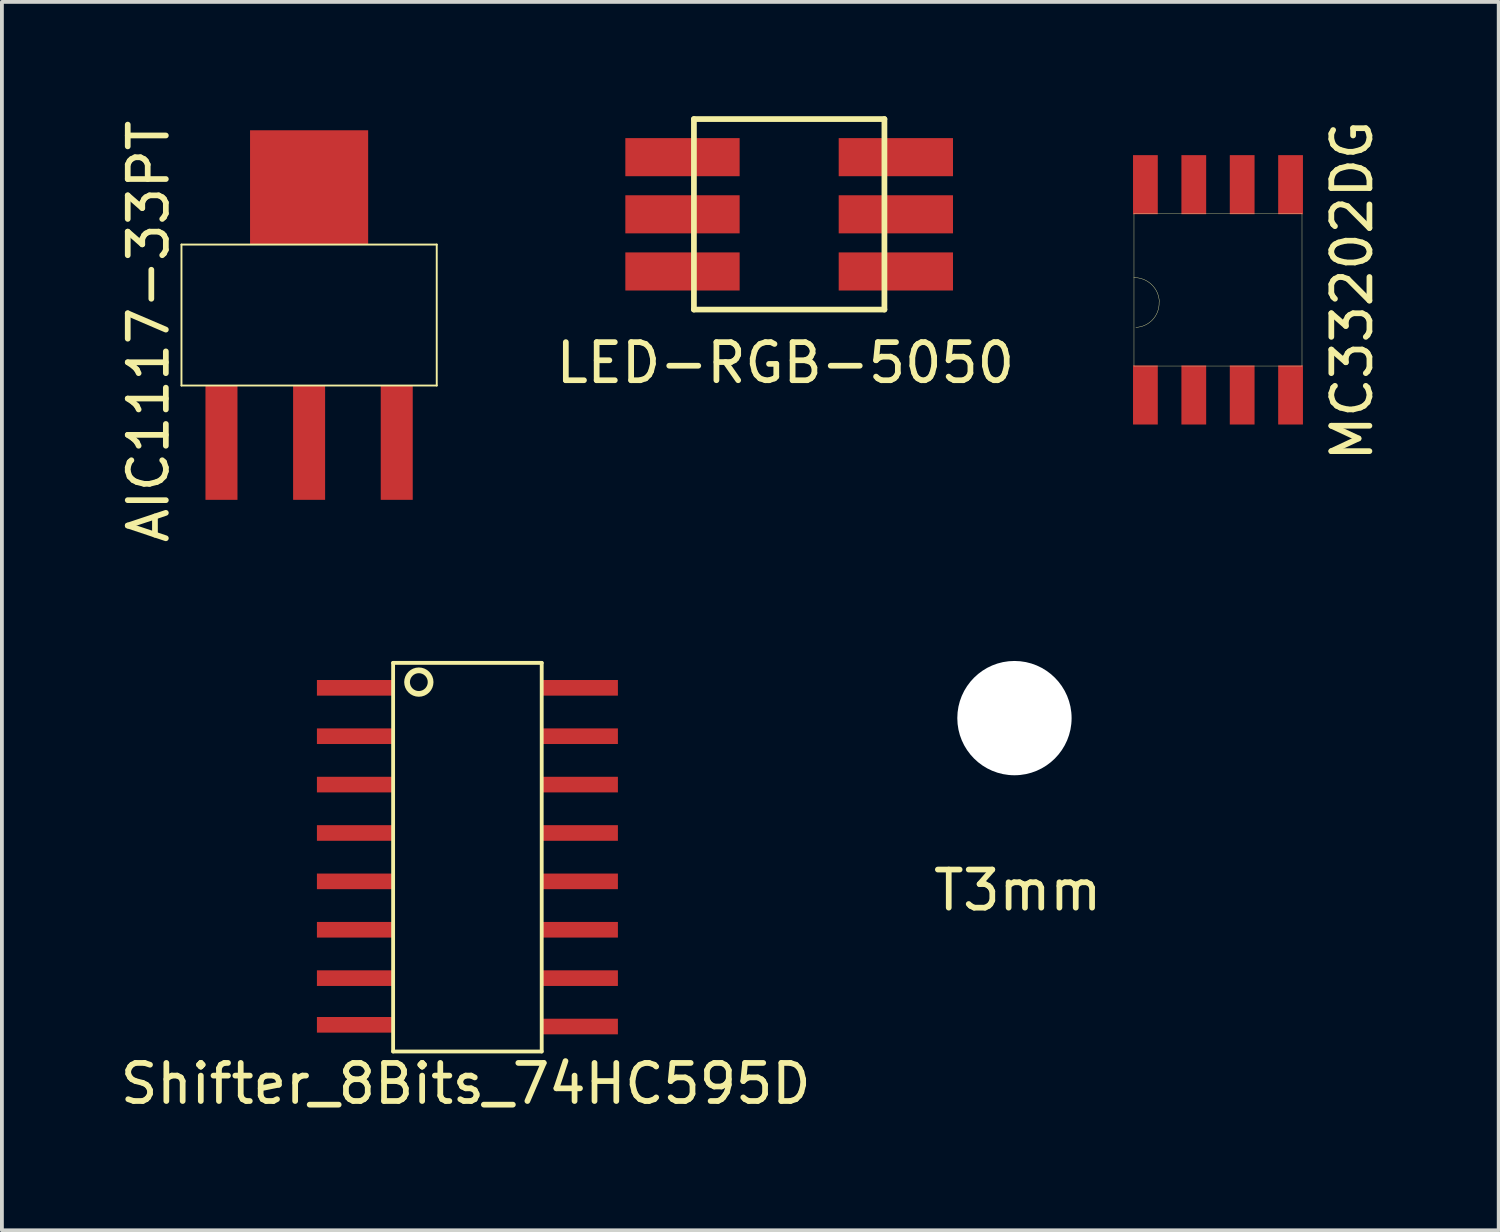
<source format=kicad_pcb>
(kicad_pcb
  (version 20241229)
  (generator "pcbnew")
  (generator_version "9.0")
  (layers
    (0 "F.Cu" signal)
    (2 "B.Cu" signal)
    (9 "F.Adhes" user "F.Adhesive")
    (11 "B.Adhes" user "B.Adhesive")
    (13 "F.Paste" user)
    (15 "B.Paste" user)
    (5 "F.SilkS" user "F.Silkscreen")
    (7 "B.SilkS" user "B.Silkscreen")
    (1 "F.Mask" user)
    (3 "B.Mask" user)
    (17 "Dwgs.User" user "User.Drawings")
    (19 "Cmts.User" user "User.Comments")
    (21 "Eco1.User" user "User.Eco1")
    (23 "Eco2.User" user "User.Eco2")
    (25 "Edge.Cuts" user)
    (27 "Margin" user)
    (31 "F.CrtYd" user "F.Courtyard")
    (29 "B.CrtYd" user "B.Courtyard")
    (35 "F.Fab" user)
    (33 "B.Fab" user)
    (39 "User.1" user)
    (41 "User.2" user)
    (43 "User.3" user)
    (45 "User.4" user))
  (footprint "AIC1117-33PT"
    (layer "F.Cu")
    (at 5.063 5.219)
    (property "Reference" "AIC1117-33PT" (at -4.215 0.43 90) (layer "F.SilkS") (effects (font (size 1 1) (thickness 0.15))))
    (attr through_hole)
    (fp_line (start -3.35 -1.85) (end -3.35 1.85) (stroke (width 0.05) (type solid)) (layer "F.SilkS"))
    (fp_line (start -3.35 -1.85) (end 3.35 -1.85) (stroke (width 0.05) (type solid)) (layer "F.SilkS"))
    (fp_line (start -3.35 1.85) (end 3.35 1.85) (stroke (width 0.05) (type solid)) (layer "F.SilkS"))
    (fp_line (start 3.35 -1.85) (end 3.35 1.85) (stroke (width 0.05) (type solid)) (layer "F.SilkS"))
    (pad "1" smd rect (at -2.3 3.35) (size 0.84 3) (layers "F.Cu" "F.Mask" "F.Paste"))
    (pad "2" smd rect (at 0 3.35) (size 0.84 3) (layers "F.Cu" "F.Mask" "F.Paste"))
    (pad "3" smd rect (at 2.3 3.35) (size 0.84 3) (layers "F.Cu" "F.Mask" "F.Paste"))
    (pad "4" smd rect (at 0 -3.35) (size 3.1 3) (layers "F.Cu" "F.Mask" "F.Paste")))
  (footprint "T3mm"
    (layer "F.Cu")
    (at 23.576 15.798)
    (property "Reference" "T3mm" (at 0.085 4.52 0) (layer "F.SilkS") (effects (font (size 1 1) (thickness 0.15))))
    (attr through_hole)
    (pad "" np_thru_hole circle (at 0 0) (size 3 3) (drill 3) (layers "*.Cu" "*.Mask")))
  (footprint "Shifter_8Bits_74HC595D"
    (layer "F.Cu")
    (at 6.743 15.003)
    (property "Reference" "Shifter_8Bits_74HC595D" (at 2.43 10.39 0) (layer "F.SilkS") (effects (font (size 1 1) (thickness 0.15))))
    (attr through_hole)
    (fp_line (start 0.525 -0.655) (end 0.525 9.545) (stroke (width 0.1) (type solid)) (layer "F.SilkS"))
    (fp_line (start 0.525 -0.655) (end 4.425 -0.655) (stroke (width 0.1) (type solid)) (layer "F.SilkS"))
    (fp_line (start 0.525 9.545) (end 4.425 9.545) (stroke (width 0.1) (type solid)) (layer "F.SilkS"))
    (fp_line (start 4.425 -0.655) (end 4.425 9.545) (stroke (width 0.1) (type solid)) (layer "F.SilkS"))
    (fp_circle (center 1.2 -0.15) (end 1.44 0.045) (stroke (width 0.15) (type solid)) (fill no) (layer "F.SilkS"))
    (pad "1" smd rect (at -0.475 0) (size 2 0.41) (layers "F.Cu" "F.Mask" "F.Paste"))
    (pad "2" smd rect (at -0.475 1.27) (size 2 0.41) (layers "F.Cu" "F.Mask" "F.Paste"))
    (pad "3" smd rect (at -0.475 2.54) (size 2 0.41) (layers "F.Cu" "F.Mask" "F.Paste"))
    (pad "4" smd rect (at -0.475 3.81) (size 2 0.41) (layers "F.Cu" "F.Mask" "F.Paste"))
    (pad "5" smd rect (at -0.475 5.08) (size 2 0.41) (layers "F.Cu" "F.Mask" "F.Paste"))
    (pad "6" smd rect (at -0.475 6.35) (size 2 0.41) (layers "F.Cu" "F.Mask" "F.Paste"))
    (pad "7" smd rect (at -0.475 7.62) (size 2 0.41) (layers "F.Cu" "F.Mask" "F.Paste"))
    (pad "8" smd rect (at -0.475 8.845) (size 2 0.41) (layers "F.Cu" "F.Mask" "F.Paste"))
    (pad "9" smd rect (at 5.425 8.89) (size 2 0.41) (layers "F.Cu" "F.Mask" "F.Paste"))
    (pad "10" smd rect (at 5.425 7.62) (size 2 0.41) (layers "F.Cu" "F.Mask" "F.Paste"))
    (pad "11" smd rect (at 5.425 6.35) (size 2 0.41) (layers "F.Cu" "F.Mask" "F.Paste"))
    (pad "12" smd rect (at 5.425 5.08) (size 2 0.41) (layers "F.Cu" "F.Mask" "F.Paste"))
    (pad "13" smd rect (at 5.425 3.81) (size 2 0.41) (layers "F.Cu" "F.Mask" "F.Paste"))
    (pad "14" smd rect (at 5.425 2.54) (size 2 0.41) (layers "F.Cu" "F.Mask" "F.Paste"))
    (pad "15" smd rect (at 5.425 1.27) (size 2 0.41) (layers "F.Cu" "F.Mask" "F.Paste"))
    (pad "16" smd rect (at 5.425 0) (size 2 0.41) (layers "F.Cu" "F.Mask" "F.Paste")))
  (footprint "MC33202DG"
    (layer "F.Cu")
    (at 27.013 1.797)
    (property "Reference" "MC33202DG" (at 5.425 2.78 90) (layer "F.SilkS") (effects (font (size 1 1) (thickness 0.15))))
    (attr through_hole)
    (fp_line (start -0.3 0.76) (end -0.3 4.76) (stroke (width 0.01) (type solid)) (layer "F.SilkS"))
    (fp_line (start -0.3 0.76) (end 4.11 0.76) (stroke (width 0.01) (type solid)) (layer "F.SilkS"))
    (fp_line (start -0.3 4.76) (end 4.11 4.76) (stroke (width 0.01) (type solid)) (layer "F.SilkS"))
    (fp_line (start 4.11 0.76) (end 4.11 4.76) (stroke (width 0.01) (type solid)) (layer "F.SilkS"))
    (fp_arc (start -0.305 2.44) (mid 0.162548 2.621238) (end 0.365 3.08) (stroke (width 0.01) (type solid)) (layer "F.SilkS"))
    (fp_arc (start 0.36 3.085) (mid 0.19169 3.541335) (end -0.25 3.745) (stroke (width 0.01) (type solid)) (layer "F.SilkS"))
    (pad "1" smd rect (at 0 5.52) (size 0.65 1.55) (layers "F.Cu" "F.Mask" "F.Paste"))
    (pad "2" smd rect (at 1.27 5.52) (size 0.65 1.55) (layers "F.Cu" "F.Mask" "F.Paste"))
    (pad "3" smd rect (at 2.54 5.52) (size 0.65 1.55) (layers "F.Cu" "F.Mask" "F.Paste"))
    (pad "4" smd rect (at 3.81 5.52) (size 0.65 1.55) (layers "F.Cu" "F.Mask" "F.Paste"))
    (pad "5" smd rect (at 3.81 0) (size 0.65 1.55) (layers "F.Cu" "F.Mask" "F.Paste"))
    (pad "6" smd rect (at 2.54 0) (size 0.65 1.55) (layers "F.Cu" "F.Mask" "F.Paste"))
    (pad "7" smd rect (at 1.27 0) (size 0.65 1.55) (layers "F.Cu" "F.Mask" "F.Paste"))
    (pad "8" smd rect (at 0 0) (size 0.65 1.55) (layers "F.Cu" "F.Mask" "F.Paste")))
  (footprint "LED-RGB-5050"
    (layer "F.Cu")
    (at 17.763 2.575)
    (property "Reference" "LED-RGB-5050" (at -0.2 3.9 0) (layer "F.SilkS") (effects (font (size 1 1) (thickness 0.15))))
    (attr through_hole)
    (fp_line (start -2.6 -2.5) (end 2.4 -2.5) (stroke (width 0.15) (type solid)) (layer "F.SilkS"))
    (fp_line (start -2.6 2.5) (end -2.6 -2.5) (stroke (width 0.15) (type solid)) (layer "F.SilkS"))
    (fp_line (start 2.4 -2.5) (end 2.4 2.5) (stroke (width 0.15) (type solid)) (layer "F.SilkS"))
    (fp_line (start 2.4 2.5) (end -2.6 2.5) (stroke (width 0.15) (type solid)) (layer "F.SilkS"))
    (pad "1" smd rect (at 2.7 1.5) (size 3 1) (layers "F.Cu" "F.Mask" "F.Paste"))
    (pad "2" smd rect (at 2.7 0) (size 3 1) (layers "F.Cu" "F.Mask" "F.Paste"))
    (pad "3" smd rect (at 2.7 -1.5) (size 3 1) (layers "F.Cu" "F.Mask" "F.Paste"))
    (pad "4" smd rect (at -2.9 -1.5) (size 3 1) (layers "F.Cu" "F.Mask" "F.Paste"))
    (pad "5" smd rect (at -2.9 0) (size 3 1) (layers "F.Cu" "F.Mask" "F.Paste"))
    (pad "6" smd rect (at -2.9 1.5) (size 3 1) (layers "F.Cu" "F.Mask" "F.Paste")))
  (gr_rect
    (start -3 -3)
    (end 36.286 29.241)
    (stroke (width 0.1) (type default))
    (fill no)
    (layer "Edge.Cuts")))
</source>
